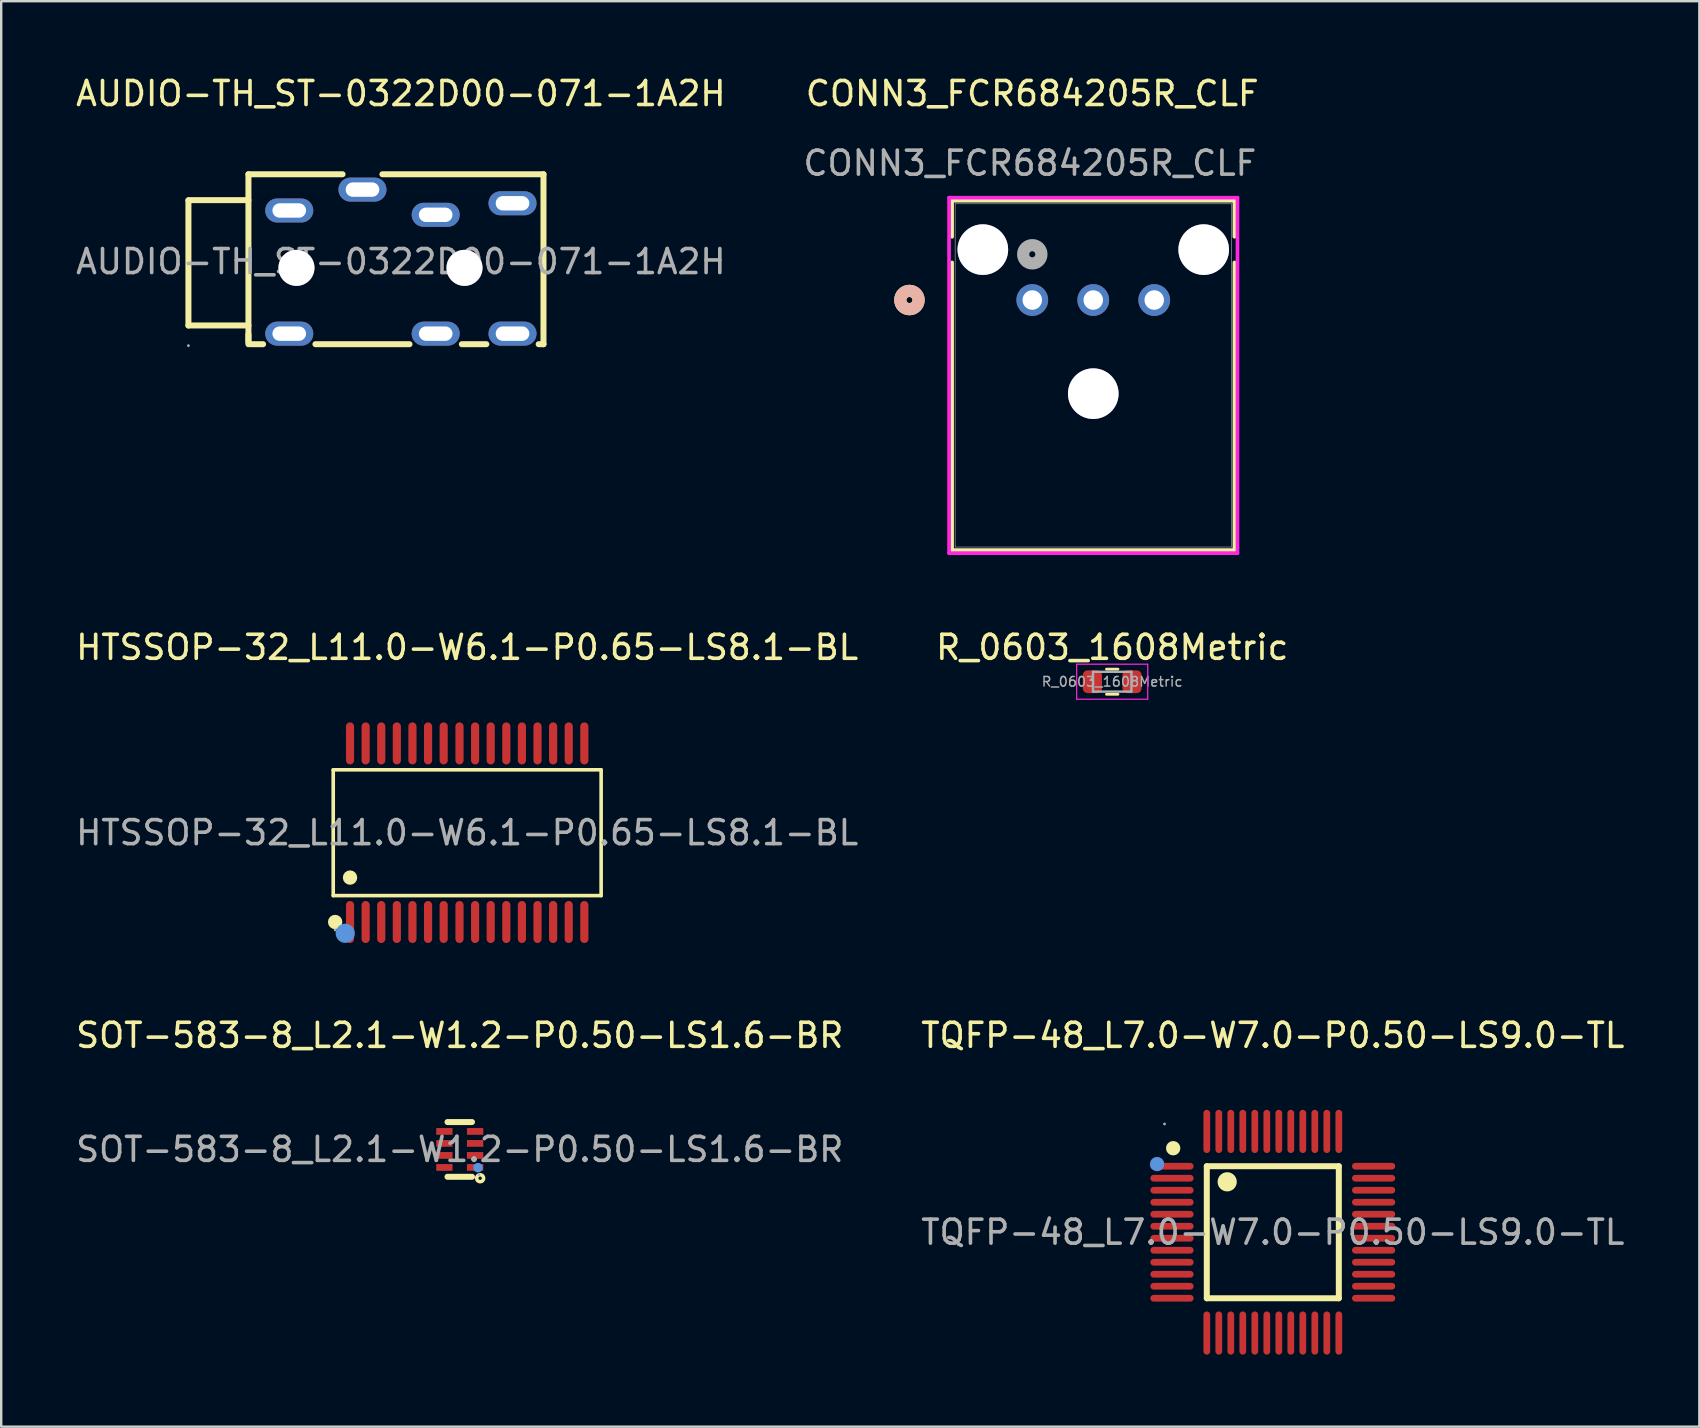
<source format=kicad_pcb>
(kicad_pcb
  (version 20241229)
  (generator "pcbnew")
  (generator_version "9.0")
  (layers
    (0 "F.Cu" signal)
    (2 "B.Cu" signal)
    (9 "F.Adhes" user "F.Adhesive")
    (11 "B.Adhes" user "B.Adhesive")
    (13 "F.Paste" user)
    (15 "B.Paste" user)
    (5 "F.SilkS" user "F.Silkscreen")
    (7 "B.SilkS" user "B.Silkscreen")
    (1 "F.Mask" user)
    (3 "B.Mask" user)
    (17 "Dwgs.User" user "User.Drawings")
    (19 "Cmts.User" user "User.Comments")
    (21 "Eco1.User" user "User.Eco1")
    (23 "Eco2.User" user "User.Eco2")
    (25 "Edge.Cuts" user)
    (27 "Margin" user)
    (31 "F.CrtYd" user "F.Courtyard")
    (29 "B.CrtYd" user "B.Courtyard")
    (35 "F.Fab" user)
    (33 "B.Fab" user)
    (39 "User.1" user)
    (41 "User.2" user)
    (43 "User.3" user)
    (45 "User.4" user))
  (footprint "SOT-583-8_L2.1-W1.2-P0.50-LS1.6-BR"
    (layer "F.Cu")
    (at 16.101 44.83)
    (property "Reference" "SOT-583-8_L2.1-W1.2-P0.50-LS1.6-BR" (at 0 -4.75 0) (layer "F.SilkS") (effects (font (size 1 1) (thickness 0.15))))
    (attr smd)
    (fp_line (start -0.51 1.14) (end 0.51 1.14) (stroke (width 0.25) (type solid)) (layer "F.SilkS"))
    (fp_line (start 0.51 -1.14) (end -0.51 -1.14) (stroke (width 0.25) (type solid)) (layer "F.SilkS"))
    (fp_circle (center 0.85 1.2) (end 0.92 1.2) (stroke (width 0.15) (type solid)) (fill no) (layer "F.SilkS"))
    (fp_circle (center 0.76 0.76) (end 0.86 0.76) (stroke (width 0.2) (type solid)) (fill no) (layer "Cmts.User"))
    (fp_circle (center 0.8 1.05) (end 0.83 1.05) (stroke (width 0.06) (type solid)) (fill no) (layer "F.Fab"))
    (fp_text user "${REFERENCE}" (at 0 0 0) (layer "F.Fab") (effects (font (size 1 1) (thickness 0.15))))
    (pad "1" smd rect (at 0.64 0.75 90) (size 0.28 0.68) (layers "F.Cu" "F.Mask" "F.Paste"))
    (pad "2" smd rect (at 0.64 0.25 90) (size 0.28 0.68) (layers "F.Cu" "F.Mask" "F.Paste"))
    (pad "3" smd rect (at 0.64 -0.25 90) (size 0.28 0.68) (layers "F.Cu" "F.Mask" "F.Paste"))
    (pad "4" smd rect (at 0.64 -0.75 90) (size 0.28 0.68) (layers "F.Cu" "F.Mask" "F.Paste"))
    (pad "5" smd rect (at -0.64 -0.75 90) (size 0.28 0.68) (layers "F.Cu" "F.Mask" "F.Paste"))
    (pad "6" smd rect (at -0.64 -0.25 90) (size 0.28 0.68) (layers "F.Cu" "F.Mask" "F.Paste"))
    (pad "7" smd rect (at -0.64 0.25 90) (size 0.28 0.68) (layers "F.Cu" "F.Mask" "F.Paste"))
    (pad "8" smd rect (at -0.64 0.75 90) (size 0.28 0.68) (layers "F.Cu" "F.Mask" "F.Paste")))
  (footprint "CONN3_FCR684205R_CLF"
    (layer "F.Cu")
    (at 39.951 9.448)
    (property "Reference" "CONN3_FCR684205R_CLF" (at 0 -8.6 0) (unlocked yes) (layer "F.SilkS") (effects (font (size 1 1) (thickness 0.15))))
    (attr through_hole)
    (fp_line (start -3.34 -4.137) (end -3.34 -2.634) (stroke (width 0.152) (type solid)) (layer "F.SilkS"))
    (fp_line (start -3.34 -1.566) (end -3.34 10.417) (stroke (width 0.152) (type solid)) (layer "F.SilkS"))
    (fp_line (start -3.34 10.417) (end 8.42 10.417) (stroke (width 0.152) (type solid)) (layer "F.SilkS"))
    (fp_line (start 8.42 -4.137) (end -3.34 -4.137) (stroke (width 0.152) (type solid)) (layer "F.SilkS"))
    (fp_line (start 8.42 -2.634) (end 8.42 -4.137) (stroke (width 0.152) (type solid)) (layer "F.SilkS"))
    (fp_line (start 8.42 10.417) (end 8.42 -1.566) (stroke (width 0.152) (type solid)) (layer "F.SilkS"))
    (fp_circle (center -5.118 0) (end -4.737 0) (stroke (width 0.508) (type solid)) (fill no) (layer "F.SilkS"))
    (fp_circle (center -5.118 0) (end -4.737 0) (stroke (width 0.508) (type solid)) (fill no) (layer "B.SilkS"))
    (fp_line (start -3.467 -4.264) (end -3.467 10.544) (stroke (width 0.152) (type solid)) (layer "F.CrtYd"))
    (fp_line (start -3.467 10.544) (end 8.547 10.544) (stroke (width 0.152) (type solid)) (layer "F.CrtYd"))
    (fp_line (start 8.547 -4.264) (end -3.467 -4.264) (stroke (width 0.152) (type solid)) (layer "F.CrtYd"))
    (fp_line (start 8.547 10.544) (end 8.547 -4.264) (stroke (width 0.152) (type solid)) (layer "F.CrtYd"))
    (fp_line (start -3.213 -4.01) (end -3.213 10.29) (stroke (width 0.025) (type solid)) (layer "F.Fab"))
    (fp_line (start -3.213 10.29) (end 8.293 10.29) (stroke (width 0.025) (type solid)) (layer "F.Fab"))
    (fp_line (start 8.293 -4.01) (end -3.213 -4.01) (stroke (width 0.025) (type solid)) (layer "F.Fab"))
    (fp_line (start 8.293 10.29) (end 8.293 -4.01) (stroke (width 0.025) (type solid)) (layer "F.Fab"))
    (fp_circle (center 0 -1.905) (end 0.381 -1.905) (stroke (width 0.508) (type solid)) (fill no) (layer "F.Fab"))
    (fp_text user "${REFERENCE}" (at -0.1 -5.7 0) (unlocked yes) (layer "F.Fab") (effects (font (size 1 1) (thickness 0.15))))
    (pad "" thru_hole circle (at -2.06 -2.1) (size 2.108 2.108) (drill 2.108) (layers "*.Cu" "*.Mask"))
    (pad "" thru_hole circle (at 2.54 3.9) (size 2.108 2.108) (drill 2.108) (layers "*.Cu" "*.Mask"))
    (pad "" thru_hole circle (at 7.14 -2.1) (size 2.108 2.108) (drill 2.108) (layers "*.Cu" "*.Mask"))
    (pad "1" thru_hole circle (at 0 0) (size 1.321 1.321) (drill 0.813) (layers "*.Cu" "*.Mask"))
    (pad "2" thru_hole circle (at 2.54 0) (size 1.321 1.321) (drill 0.813) (layers "*.Cu" "*.Mask"))
    (pad "3" thru_hole circle (at 5.08 0) (size 1.321 1.321) (drill 0.813) (layers "*.Cu" "*.Mask")))
  (footprint "R_0603_1608Metric"
    (layer "F.Cu")
    (at 43.28 25.347)
    (property "Reference" "R_0603_1608Metric" (at 0 -1.43 0) (layer "F.SilkS") (effects (font (size 1 1) (thickness 0.15))))
    (attr smd)
    (fp_line (start -0.237 -0.522) (end 0.237 -0.522) (stroke (width 0.12) (type solid)) (layer "F.SilkS"))
    (fp_line (start -0.237 0.522) (end 0.237 0.522) (stroke (width 0.12) (type solid)) (layer "F.SilkS"))
    (fp_line (start -1.48 -0.73) (end 1.48 -0.73) (stroke (width 0.05) (type solid)) (layer "F.CrtYd"))
    (fp_line (start -1.48 0.73) (end -1.48 -0.73) (stroke (width 0.05) (type solid)) (layer "F.CrtYd"))
    (fp_line (start 1.48 -0.73) (end 1.48 0.73) (stroke (width 0.05) (type solid)) (layer "F.CrtYd"))
    (fp_line (start 1.48 0.73) (end -1.48 0.73) (stroke (width 0.05) (type solid)) (layer "F.CrtYd"))
    (fp_line (start -0.8 -0.412) (end 0.8 -0.412) (stroke (width 0.1) (type solid)) (layer "F.Fab"))
    (fp_line (start -0.8 0.412) (end -0.8 -0.412) (stroke (width 0.1) (type solid)) (layer "F.Fab"))
    (fp_line (start 0.8 -0.412) (end 0.8 0.412) (stroke (width 0.1) (type solid)) (layer "F.Fab"))
    (fp_line (start 0.8 0.412) (end -0.8 0.412) (stroke (width 0.1) (type solid)) (layer "F.Fab"))
    (fp_text user "${REFERENCE}" (at 0 0 0) (layer "F.Fab") (effects (font (size 0.4 0.4) (thickness 0.06))))
    (pad "1" smd roundrect (at -0.825 0) (size 0.8 0.95) (layers "F.Cu" "F.Mask" "F.Paste") (roundrect_rratio 0.25))
    (pad "2" smd roundrect (at 0.825 0) (size 0.8 0.95) (layers "F.Cu" "F.Mask" "F.Paste") (roundrect_rratio 0.25)))
  (footprint "AUDIO-TH_ST-0322D00-071-1A2H"
    (layer "F.Cu")
    (at 13.649 7.848)
    (property "Reference" "AUDIO-TH_ST-0322D00-071-1A2H" (at 0 -7 180) (layer "F.SilkS") (effects (font (size 1 1) (thickness 0.15))))
    (attr through_hole)
    (fp_line (start -8.85 -2.56) (end -6.35 -2.56) (stroke (width 0.25) (type solid)) (layer "F.SilkS"))
    (fp_line (start -8.85 -2.54) (end -8.85 2.66) (stroke (width 0.25) (type solid)) (layer "F.SilkS"))
    (fp_line (start -8.85 2.66) (end -6.35 2.66) (stroke (width 0.25) (type solid)) (layer "F.SilkS"))
    (fp_line (start -6.35 -3.64) (end -6.35 3.36) (stroke (width 0.25) (type solid)) (layer "F.SilkS"))
    (fp_line (start -6.35 -3.64) (end -2.43 -3.64) (stroke (width 0.25) (type solid)) (layer "F.SilkS"))
    (fp_line (start -6.35 3.03) (end -6.35 3.44) (stroke (width 0.25) (type solid)) (layer "F.SilkS"))
    (fp_line (start -5.74 3.44) (end -6.26 3.44) (stroke (width 0.25) (type solid)) (layer "F.SilkS"))
    (fp_line (start -0.77 -3.64) (end 5.94 -3.64) (stroke (width 0.25) (type solid)) (layer "F.SilkS"))
    (fp_line (start 0.36 3.44) (end -3.56 3.44) (stroke (width 0.25) (type solid)) (layer "F.SilkS"))
    (fp_line (start 3.56 3.44) (end 2.54 3.44) (stroke (width 0.25) (type solid)) (layer "F.SilkS"))
    (fp_line (start 5.94 -3.64) (end 5.94 3.44) (stroke (width 0.25) (type solid)) (layer "F.SilkS"))
    (fp_line (start 5.94 3.44) (end 5.74 3.44) (stroke (width 0.25) (type solid)) (layer "F.SilkS"))
    (fp_circle (center -8.85 3.5) (end -8.82 3.5) (stroke (width 0.06) (type solid)) (fill no) (layer "F.Fab"))
    (fp_text user "${REFERENCE}" (at 0 0 180) (layer "F.Fab") (effects (font (size 1 1) (thickness 0.15))))
    (pad "" thru_hole circle (at -4.35 0.26) (size 1.5 1.5) (drill 1.5) (layers "*.Cu" "*.Mask"))
    (pad "" thru_hole circle (at 2.65 0.26) (size 1.5 1.5) (drill 1.5) (layers "*.Cu" "*.Mask"))
    (pad "1" thru_hole oval (at -4.65 3) (size 2 1) (drill oval 1.4 0.6) (layers "*.Cu" "*.Mask"))
    (pad "2" thru_hole oval (at -4.65 -2.13) (size 2 1) (drill oval 1.4 0.6) (layers "*.Cu" "*.Mask"))
    (pad "3" thru_hole oval (at 4.65 3) (size 2 1) (drill oval 1.4 0.6) (layers "*.Cu" "*.Mask"))
    (pad "4" thru_hole oval (at 4.65 -2.43) (size 2 1) (drill oval 1.4 0.6) (layers "*.Cu" "*.Mask"))
    (pad "5" thru_hole oval (at 1.45 -1.95) (size 2 1) (drill oval 1.4 0.6) (layers "*.Cu" "*.Mask"))
    (pad "6" thru_hole oval (at 1.45 3) (size 2 1) (drill oval 1.4 0.6) (layers "*.Cu" "*.Mask"))
    (pad "7" thru_hole oval (at -1.6 -3) (size 2 1) (drill oval 1.4 0.6) (layers "*.Cu" "*.Mask")))
  (footprint "HTSSOP-32_L11.0-W6.1-P0.65-LS8.1-BL"
    (layer "F.Cu")
    (at 16.411 31.637)
    (property "Reference" "HTSSOP-32_L11.0-W6.1-P0.65-LS8.1-BL" (at 0 -7.72 0) (layer "F.SilkS") (effects (font (size 1 1) (thickness 0.15))))
    (attr smd)
    (fp_line (start -5.58 -2.62) (end 5.58 -2.62) (stroke (width 0.15) (type solid)) (layer "F.SilkS"))
    (fp_line (start -5.58 2.62) (end -5.58 -2.62) (stroke (width 0.15) (type solid)) (layer "F.SilkS"))
    (fp_line (start 5.58 -2.62) (end 5.58 2.62) (stroke (width 0.15) (type solid)) (layer "F.SilkS"))
    (fp_line (start 5.58 2.62) (end -5.58 2.62) (stroke (width 0.15) (type solid)) (layer "F.SilkS"))
    (fp_circle (center -5.5 3.72) (end -5.35 3.72) (stroke (width 0.3) (type solid)) (fill no) (layer "F.SilkS"))
    (fp_circle (center -4.88 1.87) (end -4.73 1.87) (stroke (width 0.3) (type solid)) (fill no) (layer "F.SilkS"))
    (fp_circle (center -5.08 4.19) (end -4.88 4.19) (stroke (width 0.4) (type solid)) (fill no) (layer "Cmts.User"))
    (fp_circle (center -5.5 4.05) (end -5.47 4.05) (stroke (width 0.06) (type solid)) (fill no) (layer "F.Fab"))
    (fp_text user "${REFERENCE}" (at 0 0 0) (layer "F.Fab") (effects (font (size 1 1) (thickness 0.15))))
    (pad "1" smd oval (at -4.88 3.72) (size 0.34 1.75) (layers "F.Cu" "F.Mask" "F.Paste"))
    (pad "2" smd oval (at -4.23 3.72) (size 0.34 1.75) (layers "F.Cu" "F.Mask" "F.Paste"))
    (pad "3" smd oval (at -3.58 3.72) (size 0.34 1.75) (layers "F.Cu" "F.Mask" "F.Paste"))
    (pad "4" smd oval (at -2.93 3.72) (size 0.34 1.75) (layers "F.Cu" "F.Mask" "F.Paste"))
    (pad "5" smd oval (at -2.28 3.72) (size 0.34 1.75) (layers "F.Cu" "F.Mask" "F.Paste"))
    (pad "6" smd oval (at -1.63 3.72) (size 0.34 1.75) (layers "F.Cu" "F.Mask" "F.Paste"))
    (pad "7" smd oval (at -0.98 3.72) (size 0.34 1.75) (layers "F.Cu" "F.Mask" "F.Paste"))
    (pad "8" smd oval (at -0.32 3.72) (size 0.34 1.75) (layers "F.Cu" "F.Mask" "F.Paste"))
    (pad "9" smd oval (at 0.33 3.72) (size 0.34 1.75) (layers "F.Cu" "F.Mask" "F.Paste"))
    (pad "10" smd oval (at 0.98 3.72) (size 0.34 1.75) (layers "F.Cu" "F.Mask" "F.Paste"))
    (pad "11" smd oval (at 1.63 3.72) (size 0.34 1.75) (layers "F.Cu" "F.Mask" "F.Paste"))
    (pad "12" smd oval (at 2.28 3.72) (size 0.34 1.75) (layers "F.Cu" "F.Mask" "F.Paste"))
    (pad "13" smd oval (at 2.93 3.72) (size 0.34 1.75) (layers "F.Cu" "F.Mask" "F.Paste"))
    (pad "14" smd oval (at 3.58 3.72) (size 0.34 1.75) (layers "F.Cu" "F.Mask" "F.Paste"))
    (pad "15" smd oval (at 4.23 3.72) (size 0.34 1.75) (layers "F.Cu" "F.Mask" "F.Paste"))
    (pad "16" smd oval (at 4.88 3.72) (size 0.34 1.75) (layers "F.Cu" "F.Mask" "F.Paste"))
    (pad "17" smd oval (at 4.88 -3.72) (size 0.34 1.75) (layers "F.Cu" "F.Mask" "F.Paste"))
    (pad "18" smd oval (at 4.23 -3.72) (size 0.34 1.75) (layers "F.Cu" "F.Mask" "F.Paste"))
    (pad "19" smd oval (at 3.58 -3.72) (size 0.34 1.75) (layers "F.Cu" "F.Mask" "F.Paste"))
    (pad "20" smd oval (at 2.93 -3.72) (size 0.34 1.75) (layers "F.Cu" "F.Mask" "F.Paste"))
    (pad "21" smd oval (at 2.28 -3.72) (size 0.34 1.75) (layers "F.Cu" "F.Mask" "F.Paste"))
    (pad "22" smd oval (at 1.63 -3.72) (size 0.34 1.75) (layers "F.Cu" "F.Mask" "F.Paste"))
    (pad "23" smd oval (at 0.98 -3.72) (size 0.34 1.75) (layers "F.Cu" "F.Mask" "F.Paste"))
    (pad "24" smd oval (at 0.33 -3.72) (size 0.34 1.75) (layers "F.Cu" "F.Mask" "F.Paste"))
    (pad "25" smd oval (at -0.32 -3.72) (size 0.34 1.75) (layers "F.Cu" "F.Mask" "F.Paste"))
    (pad "26" smd oval (at -0.98 -3.72) (size 0.34 1.75) (layers "F.Cu" "F.Mask" "F.Paste"))
    (pad "27" smd oval (at -1.63 -3.72) (size 0.34 1.75) (layers "F.Cu" "F.Mask" "F.Paste"))
    (pad "28" smd oval (at -2.28 -3.72) (size 0.34 1.75) (layers "F.Cu" "F.Mask" "F.Paste"))
    (pad "29" smd oval (at -2.93 -3.72) (size 0.34 1.75) (layers "F.Cu" "F.Mask" "F.Paste"))
    (pad "30" smd oval (at -3.58 -3.72) (size 0.34 1.75) (layers "F.Cu" "F.Mask" "F.Paste"))
    (pad "31" smd oval (at -4.23 -3.72) (size 0.34 1.75) (layers "F.Cu" "F.Mask" "F.Paste"))
    (pad "32" smd oval (at -4.88 -3.72) (size 0.34 1.75) (layers "F.Cu" "F.Mask" "F.Paste")))
  (footprint "TQFP-48_L7.0-W7.0-P0.50-LS9.0-TL"
    (layer "F.Cu")
    (at 49.97 48.28)
    (property "Reference" "TQFP-48_L7.0-W7.0-P0.50-LS9.0-TL" (at 0 -8.2 0) (layer "F.SilkS") (effects (font (size 1 1) (thickness 0.15))))
    (attr smd)
    (fp_line (start -2.75 -2.75) (end 2.75 -2.75) (stroke (width 0.25) (type solid)) (layer "F.SilkS"))
    (fp_line (start -2.75 2.75) (end -2.75 -2.75) (stroke (width 0.25) (type solid)) (layer "F.SilkS"))
    (fp_line (start 2.75 -2.75) (end 2.75 2.75) (stroke (width 0.25) (type solid)) (layer "F.SilkS"))
    (fp_line (start 2.75 2.75) (end -2.75 2.75) (stroke (width 0.25) (type solid)) (layer "F.SilkS"))
    (fp_arc (start -4.15 -3.5) (mid -4.15 -3.5) (end -4.15 -3.5) (stroke (width 0.3) (type solid)) (layer "F.SilkS"))
    (fp_arc (start -1.9 -2.1) (mid -1.9 -2.1) (end -1.9 -2.1) (stroke (width 0.4) (type solid)) (layer "F.SilkS"))
    (fp_circle (center -4.82 -2.84) (end -4.67 -2.84) (stroke (width 0.3) (type solid)) (fill no) (layer "Cmts.User"))
    (fp_circle (center -4.51 -4.51) (end -4.48 -4.51) (stroke (width 0.06) (type solid)) (fill no) (layer "F.Fab"))
    (fp_text user "${REFERENCE}" (at 0 0 0) (layer "F.Fab") (effects (font (size 1 1) (thickness 0.15))))
    (pad "1" smd oval (at -4.2 -2.75 90) (size 0.28 1.8) (layers "F.Cu" "F.Mask" "F.Paste"))
    (pad "2" smd oval (at -4.2 -2.25 90) (size 0.28 1.8) (layers "F.Cu" "F.Mask" "F.Paste"))
    (pad "3" smd oval (at -4.2 -1.75 90) (size 0.28 1.8) (layers "F.Cu" "F.Mask" "F.Paste"))
    (pad "4" smd oval (at -4.2 -1.25 90) (size 0.28 1.8) (layers "F.Cu" "F.Mask" "F.Paste"))
    (pad "5" smd oval (at -4.2 -0.75 90) (size 0.28 1.8) (layers "F.Cu" "F.Mask" "F.Paste"))
    (pad "6" smd oval (at -4.2 -0.25 90) (size 0.28 1.8) (layers "F.Cu" "F.Mask" "F.Paste"))
    (pad "7" smd oval (at -4.2 0.25 90) (size 0.28 1.8) (layers "F.Cu" "F.Mask" "F.Paste"))
    (pad "8" smd oval (at -4.2 0.75 90) (size 0.28 1.8) (layers "F.Cu" "F.Mask" "F.Paste"))
    (pad "9" smd oval (at -4.2 1.25 90) (size 0.28 1.8) (layers "F.Cu" "F.Mask" "F.Paste"))
    (pad "10" smd oval (at -4.2 1.75 90) (size 0.28 1.8) (layers "F.Cu" "F.Mask" "F.Paste"))
    (pad "11" smd oval (at -4.2 2.25 90) (size 0.28 1.8) (layers "F.Cu" "F.Mask" "F.Paste"))
    (pad "12" smd oval (at -4.2 2.75 90) (size 0.28 1.8) (layers "F.Cu" "F.Mask" "F.Paste"))
    (pad "13" smd oval (at -2.75 4.2) (size 0.28 1.8) (layers "F.Cu" "F.Mask" "F.Paste"))
    (pad "14" smd oval (at -2.25 4.2) (size 0.28 1.8) (layers "F.Cu" "F.Mask" "F.Paste"))
    (pad "15" smd oval (at -1.75 4.2) (size 0.28 1.8) (layers "F.Cu" "F.Mask" "F.Paste"))
    (pad "16" smd oval (at -1.25 4.2) (size 0.28 1.8) (layers "F.Cu" "F.Mask" "F.Paste"))
    (pad "17" smd oval (at -0.75 4.2) (size 0.28 1.8) (layers "F.Cu" "F.Mask" "F.Paste"))
    (pad "18" smd oval (at -0.25 4.2) (size 0.28 1.8) (layers "F.Cu" "F.Mask" "F.Paste"))
    (pad "19" smd oval (at 0.25 4.2) (size 0.28 1.8) (layers "F.Cu" "F.Mask" "F.Paste"))
    (pad "20" smd oval (at 0.75 4.2) (size 0.28 1.8) (layers "F.Cu" "F.Mask" "F.Paste"))
    (pad "21" smd oval (at 1.25 4.2) (size 0.28 1.8) (layers "F.Cu" "F.Mask" "F.Paste"))
    (pad "22" smd oval (at 1.75 4.2) (size 0.28 1.8) (layers "F.Cu" "F.Mask" "F.Paste"))
    (pad "23" smd oval (at 2.25 4.2) (size 0.28 1.8) (layers "F.Cu" "F.Mask" "F.Paste"))
    (pad "24" smd oval (at 2.75 4.2) (size 0.28 1.8) (layers "F.Cu" "F.Mask" "F.Paste"))
    (pad "25" smd oval (at 4.2 2.75 90) (size 0.28 1.8) (layers "F.Cu" "F.Mask" "F.Paste"))
    (pad "26" smd oval (at 4.2 2.25 90) (size 0.28 1.8) (layers "F.Cu" "F.Mask" "F.Paste"))
    (pad "27" smd oval (at 4.2 1.75 90) (size 0.28 1.8) (layers "F.Cu" "F.Mask" "F.Paste"))
    (pad "28" smd oval (at 4.2 1.25 90) (size 0.28 1.8) (layers "F.Cu" "F.Mask" "F.Paste"))
    (pad "29" smd oval (at 4.2 0.75 90) (size 0.28 1.8) (layers "F.Cu" "F.Mask" "F.Paste"))
    (pad "30" smd oval (at 4.2 0.25 90) (size 0.28 1.8) (layers "F.Cu" "F.Mask" "F.Paste"))
    (pad "31" smd oval (at 4.2 -0.25 90) (size 0.28 1.8) (layers "F.Cu" "F.Mask" "F.Paste"))
    (pad "32" smd oval (at 4.2 -0.75 90) (size 0.28 1.8) (layers "F.Cu" "F.Mask" "F.Paste"))
    (pad "33" smd oval (at 4.2 -1.25 90) (size 0.28 1.8) (layers "F.Cu" "F.Mask" "F.Paste"))
    (pad "34" smd oval (at 4.2 -1.75 90) (size 0.28 1.8) (layers "F.Cu" "F.Mask" "F.Paste"))
    (pad "35" smd oval (at 4.2 -2.25 90) (size 0.28 1.8) (layers "F.Cu" "F.Mask" "F.Paste"))
    (pad "36" smd oval (at 4.2 -2.75 90) (size 0.28 1.8) (layers "F.Cu" "F.Mask" "F.Paste"))
    (pad "37" smd oval (at 2.75 -4.2) (size 0.28 1.8) (layers "F.Cu" "F.Mask" "F.Paste"))
    (pad "38" smd oval (at 2.25 -4.2) (size 0.28 1.8) (layers "F.Cu" "F.Mask" "F.Paste"))
    (pad "39" smd oval (at 1.75 -4.2) (size 0.28 1.8) (layers "F.Cu" "F.Mask" "F.Paste"))
    (pad "40" smd oval (at 1.25 -4.2) (size 0.28 1.8) (layers "F.Cu" "F.Mask" "F.Paste"))
    (pad "41" smd oval (at 0.75 -4.2) (size 0.28 1.8) (layers "F.Cu" "F.Mask" "F.Paste"))
    (pad "42" smd oval (at 0.25 -4.2) (size 0.28 1.8) (layers "F.Cu" "F.Mask" "F.Paste"))
    (pad "43" smd oval (at -0.25 -4.2) (size 0.28 1.8) (layers "F.Cu" "F.Mask" "F.Paste"))
    (pad "44" smd oval (at -0.75 -4.2) (size 0.28 1.8) (layers "F.Cu" "F.Mask" "F.Paste"))
    (pad "45" smd oval (at -1.25 -4.2) (size 0.28 1.8) (layers "F.Cu" "F.Mask" "F.Paste"))
    (pad "46" smd oval (at -1.75 -4.2) (size 0.28 1.8) (layers "F.Cu" "F.Mask" "F.Paste"))
    (pad "47" smd oval (at -2.25 -4.2) (size 0.28 1.8) (layers "F.Cu" "F.Mask" "F.Paste"))
    (pad "48" smd oval (at -2.75 -4.2) (size 0.28 1.8) (layers "F.Cu" "F.Mask" "F.Paste")))
  (gr_rect
    (start -3 -3)
    (end 67.738 56.38)
    (stroke (width 0.1) (type default))
    (fill no)
    (layer "Edge.Cuts")))
</source>
